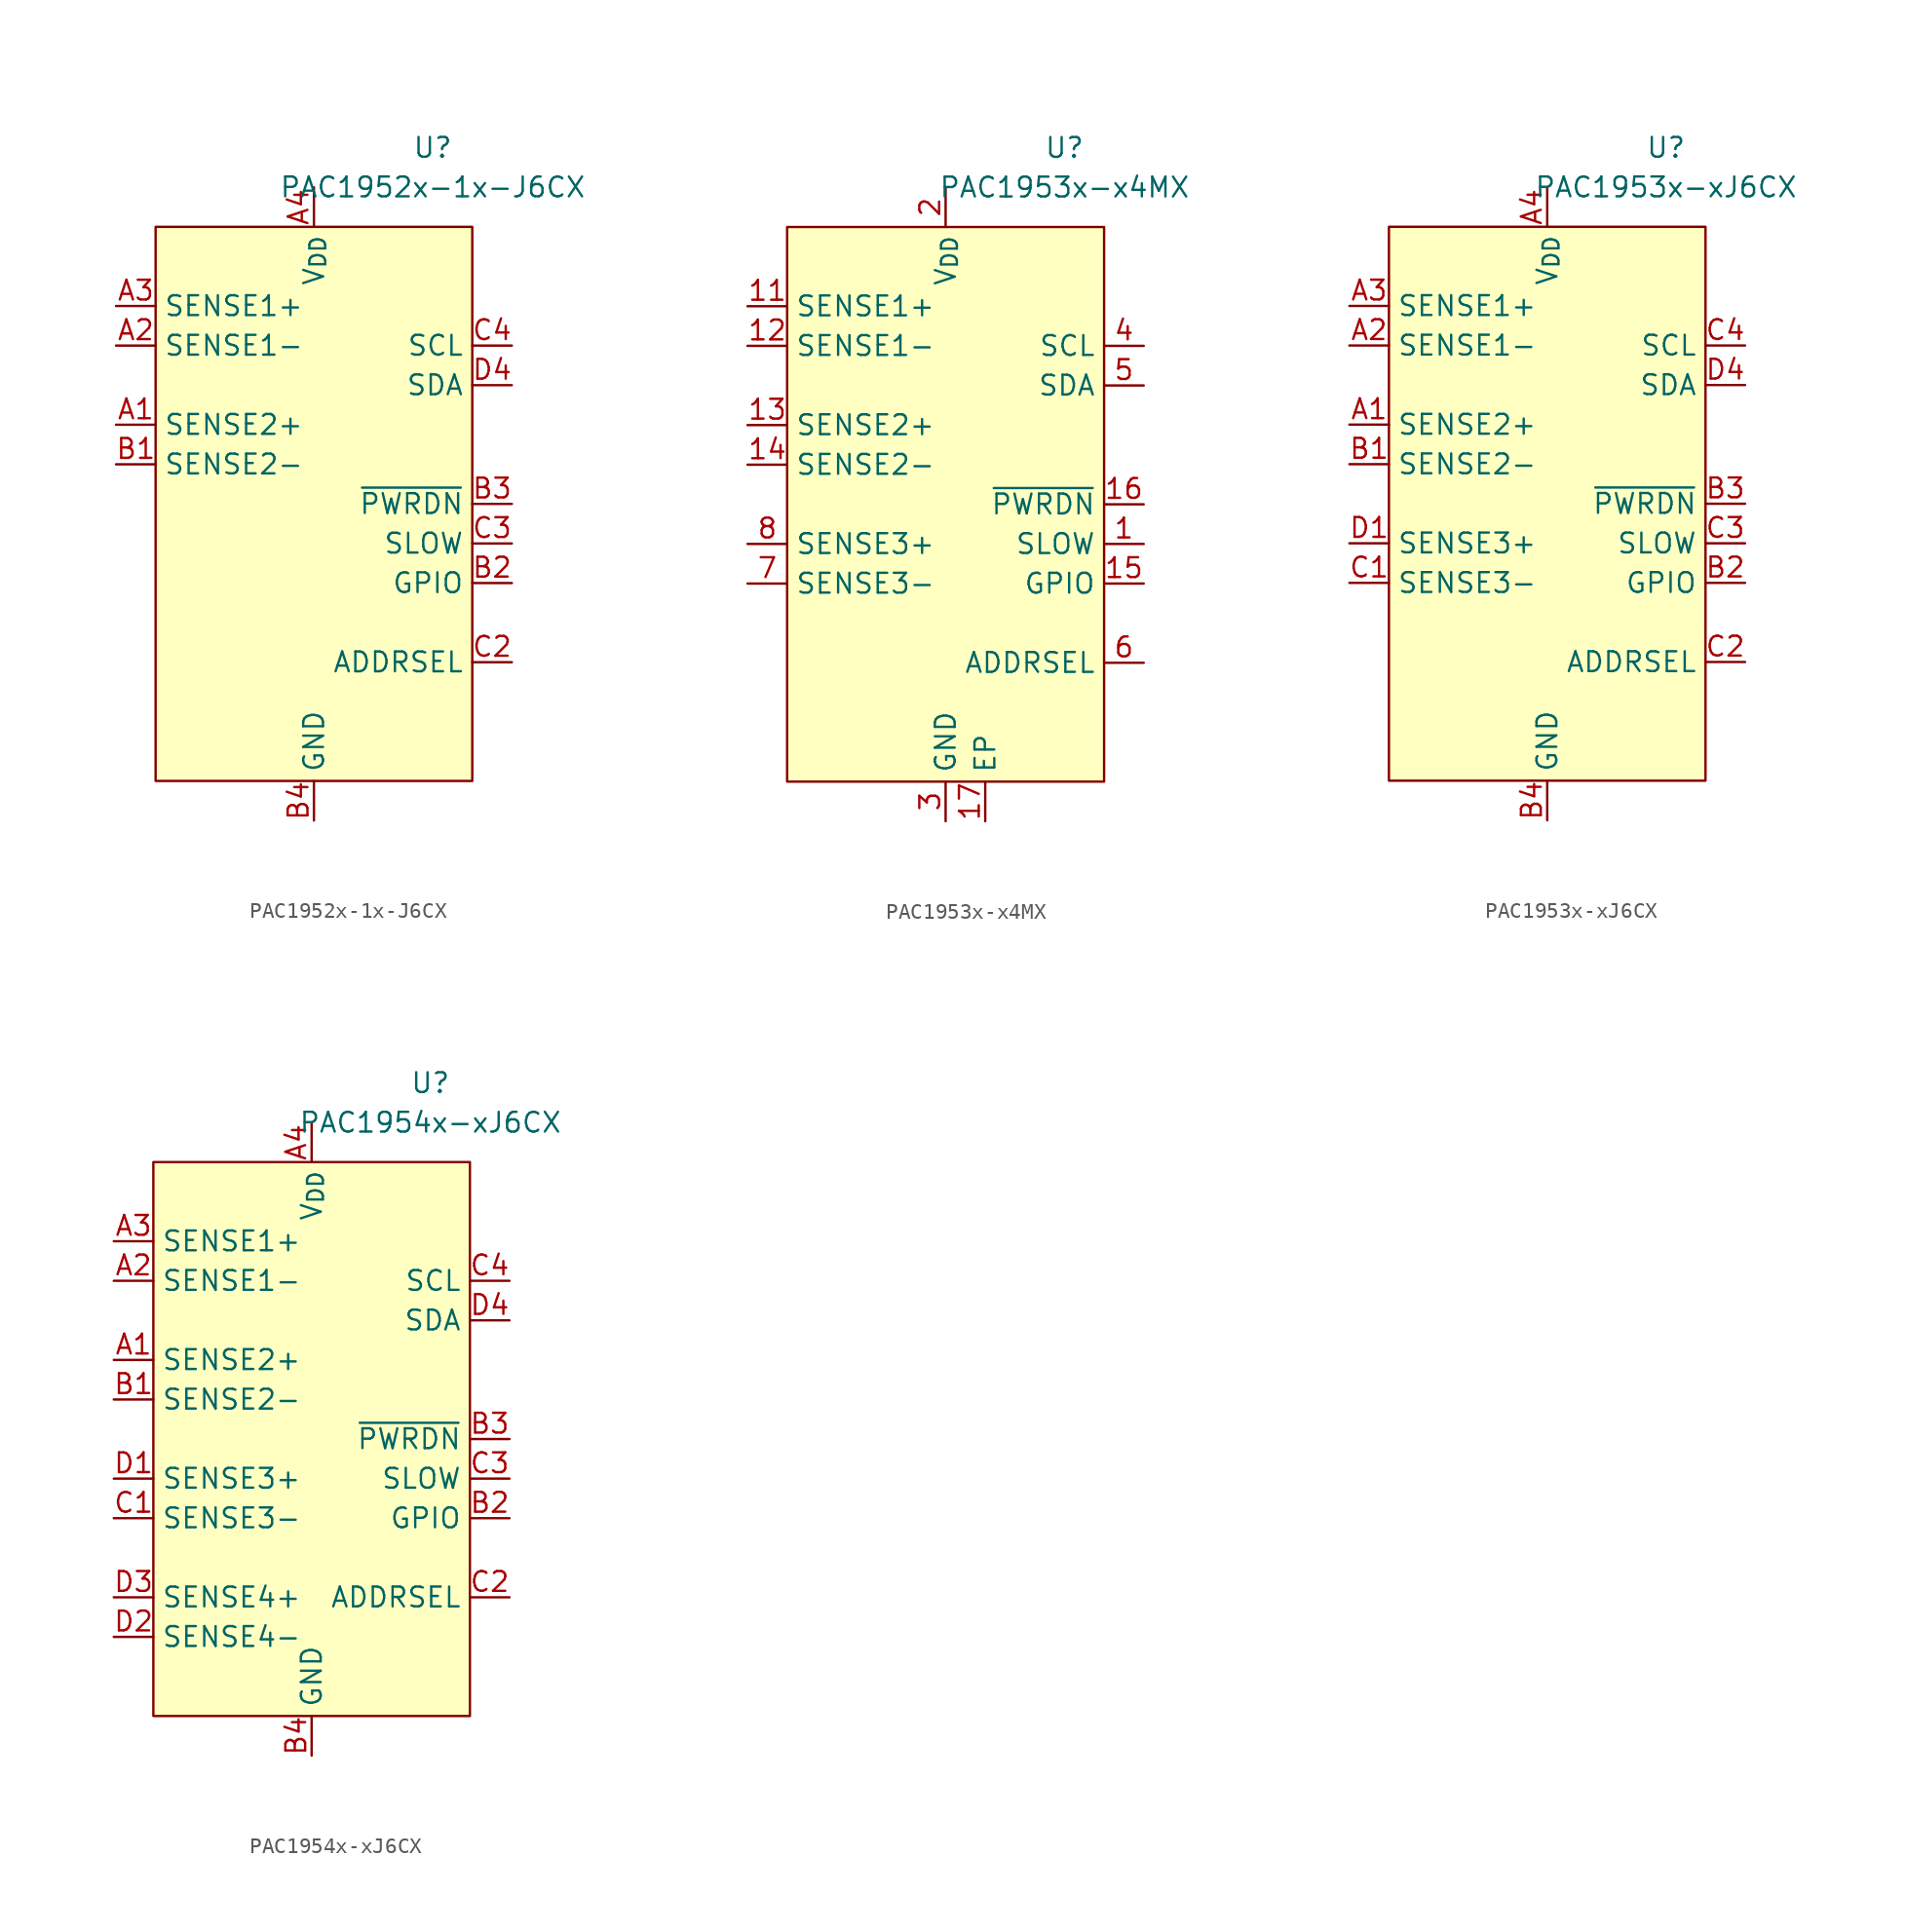
<source format=kicad_sym>
(kicad_symbol_lib
  (version 20241209)
  (generator "kicad_symbol_editor")
  (generator_version "9.0")
  (symbol "PAC1952x-1x-J6CX"
    (property "Reference" "U"
      (at 7.62 22.86 0)
      (effects (font (size 1.27 1.27))))
    (property "Value" "PAC1952x-1x-J6CX"
      (at 7.62 20.32 0)
      (effects (font (size 1.27 1.27))))
    (symbol "PAC1952x-1x-J6CX_0_0"
      (pin input line (at -12.7 12.7 0) (length 2.54) (name "SENSE1+" (effects (font (size 1.27 1.27)))) (number "A3" (effects (font (size 1.27 1.27)))))
      (pin input line (at -12.7 10.16 0) (length 2.54) (name "SENSE1-" (effects (font (size 1.27 1.27)))) (number "A2" (effects (font (size 1.27 1.27)))))
      (pin input line (at -12.7 5.08 0) (length 2.54) (name "SENSE2+" (effects (font (size 1.27 1.27)))) (number "A1" (effects (font (size 1.27 1.27)))))
      (pin input line (at -12.7 2.54 0) (length 2.54) (name "SENSE2-" (effects (font (size 1.27 1.27)))) (number "B1" (effects (font (size 1.27 1.27)))))
      (pin power_in line (at 0 20.32 270) (length 2.54) (name "V_{DD}" (effects (font (size 1.27 1.27)))) (number "A4" (effects (font (size 1.27 1.27)))))
      (pin power_in line (at 0 -20.32 90) (length 2.54) (name "GND" (effects (font (size 1.27 1.27)))) (number "B4" (effects (font (size 1.27 1.27)))))
      (pin passive line (at 0 -20.32 90) (length 2.54) (hide yes) (name "GND" (effects (font (size 1.27 1.27)))) (number "C1" (effects (font (size 1.27 1.27)))))
      (pin passive line (at 0 -20.32 90) (length 2.54) (hide yes) (name "GND" (effects (font (size 1.27 1.27)))) (number "D1" (effects (font (size 1.27 1.27)))))
      (pin passive line (at 0 -20.32 90) (length 2.54) (hide yes) (name "GND" (effects (font (size 1.27 1.27)))) (number "D2" (effects (font (size 1.27 1.27)))))
      (pin passive line (at 0 -20.32 90) (length 2.54) (hide yes) (name "GND" (effects (font (size 1.27 1.27)))) (number "D3" (effects (font (size 1.27 1.27)))))
      (pin input line (at 12.7 10.16 180) (length 2.54) (name "SCL" (effects (font (size 1.27 1.27)))) (number "C4" (effects (font (size 1.27 1.27)))) (alternate "SM_CLK" input line))
      (pin bidirectional line (at 12.7 7.62 180) (length 2.54) (name "SDA" (effects (font (size 1.27 1.27)))) (number "D4" (effects (font (size 1.27 1.27)))) (alternate "SM_DATA" bidirectional line))
      (pin input line (at 12.7 0 180) (length 2.54) (name "~{PWRDN}" (effects (font (size 1.27 1.27)))) (number "B3" (effects (font (size 1.27 1.27)))))
      (pin input line (at 12.7 -2.54 180) (length 2.54) (name "SLOW" (effects (font (size 1.27 1.27)))) (number "C3" (effects (font (size 1.27 1.27)))) (alternate "GPIO" bidirectional line) (alternate "~{ALERT1}" open_collector line))
      (pin bidirectional line (at 12.7 -5.08 180) (length 2.54) (name "GPIO" (effects (font (size 1.27 1.27)))) (number "B2" (effects (font (size 1.27 1.27)))) (alternate "~{ALERT2}" open_collector line))
      (pin passive line (at 12.7 -10.16 180) (length 2.54) (name "ADDRSEL" (effects (font (size 1.27 1.27)))) (number "C2" (effects (font (size 1.27 1.27))))))
    (symbol "PAC1952x-1x-J6CX_0_1"
      (rectangle (start -10.16 17.78) (end 10.16 -17.78) (stroke (width 0) (type default)) (fill (type background)))))
  (symbol "PAC1953x-x4MX"
    (property "Reference" "U"
      (at 7.62 22.86 0)
      (effects (font (size 1.27 1.27))))
    (property "Value" "PAC1953x-x4MX"
      (at 7.62 20.32 0)
      (effects (font (size 1.27 1.27))))
    (symbol "PAC1953x-x4MX_0_0"
      (pin input line (at -12.7 12.7 0) (length 2.54) (name "SENSE1+" (effects (font (size 1.27 1.27)))) (number "11" (effects (font (size 1.27 1.27)))))
      (pin input line (at -12.7 10.16 0) (length 2.54) (name "SENSE1-" (effects (font (size 1.27 1.27)))) (number "12" (effects (font (size 1.27 1.27)))))
      (pin input line (at -12.7 5.08 0) (length 2.54) (name "SENSE2+" (effects (font (size 1.27 1.27)))) (number "13" (effects (font (size 1.27 1.27)))))
      (pin input line (at -12.7 2.54 0) (length 2.54) (name "SENSE2-" (effects (font (size 1.27 1.27)))) (number "14" (effects (font (size 1.27 1.27)))))
      (pin input line (at -12.7 -2.54 0) (length 2.54) (name "SENSE3+" (effects (font (size 1.27 1.27)))) (number "8" (effects (font (size 1.27 1.27)))))
      (pin input line (at -12.7 -5.08 0) (length 2.54) (name "SENSE3-" (effects (font (size 1.27 1.27)))) (number "7" (effects (font (size 1.27 1.27)))))
      (pin power_in line (at 0 20.32 270) (length 2.54) (name "V_{DD}" (effects (font (size 1.27 1.27)))) (number "2" (effects (font (size 1.27 1.27)))))
      (pin passive line (at 0 -20.32 90) (length 2.54) (hide yes) (name "GND" (effects (font (size 1.27 1.27)))) (number "10" (effects (font (size 1.27 1.27)))))
      (pin power_in line (at 0 -20.32 90) (length 2.54) (name "GND" (effects (font (size 1.27 1.27)))) (number "3" (effects (font (size 1.27 1.27)))))
      (pin passive line (at 0 -20.32 90) (length 2.54) (hide yes) (name "GND" (effects (font (size 1.27 1.27)))) (number "9" (effects (font (size 1.27 1.27)))))
      (pin passive line (at 2.54 -20.32 90) (length 2.54) (name "EP" (effects (font (size 1.27 1.27)))) (number "17" (effects (font (size 1.27 1.27)))))
      (pin input line (at 12.7 10.16 180) (length 2.54) (name "SCL" (effects (font (size 1.27 1.27)))) (number "4" (effects (font (size 1.27 1.27)))) (alternate "SM_CLK" input line))
      (pin bidirectional line (at 12.7 7.62 180) (length 2.54) (name "SDA" (effects (font (size 1.27 1.27)))) (number "5" (effects (font (size 1.27 1.27)))) (alternate "SM_DATA" bidirectional line))
      (pin input line (at 12.7 0 180) (length 2.54) (name "~{PWRDN}" (effects (font (size 1.27 1.27)))) (number "16" (effects (font (size 1.27 1.27)))))
      (pin input line (at 12.7 -2.54 180) (length 2.54) (name "SLOW" (effects (font (size 1.27 1.27)))) (number "1" (effects (font (size 1.27 1.27)))) (alternate "GPIO" bidirectional line) (alternate "~{ALERT1}" open_collector line))
      (pin bidirectional line (at 12.7 -5.08 180) (length 2.54) (name "GPIO" (effects (font (size 1.27 1.27)))) (number "15" (effects (font (size 1.27 1.27)))) (alternate "~{ALERT2}" open_collector line))
      (pin passive line (at 12.7 -10.16 180) (length 2.54) (name "ADDRSEL" (effects (font (size 1.27 1.27)))) (number "6" (effects (font (size 1.27 1.27))))))
    (symbol "PAC1953x-x4MX_0_1"
      (rectangle (start -10.16 17.78) (end 10.16 -17.78) (stroke (width 0) (type default)) (fill (type background)))))
  (symbol "PAC1953x-xJ6CX"
    (property "Reference" "U"
      (at 7.62 22.86 0)
      (effects (font (size 1.27 1.27))))
    (property "Value" "PAC1953x-xJ6CX"
      (at 7.62 20.32 0)
      (effects (font (size 1.27 1.27))))
    (symbol "PAC1953x-xJ6CX_0_0"
      (pin input line (at -12.7 12.7 0) (length 2.54) (name "SENSE1+" (effects (font (size 1.27 1.27)))) (number "A3" (effects (font (size 1.27 1.27)))))
      (pin input line (at -12.7 10.16 0) (length 2.54) (name "SENSE1-" (effects (font (size 1.27 1.27)))) (number "A2" (effects (font (size 1.27 1.27)))))
      (pin input line (at -12.7 5.08 0) (length 2.54) (name "SENSE2+" (effects (font (size 1.27 1.27)))) (number "A1" (effects (font (size 1.27 1.27)))))
      (pin input line (at -12.7 2.54 0) (length 2.54) (name "SENSE2-" (effects (font (size 1.27 1.27)))) (number "B1" (effects (font (size 1.27 1.27)))))
      (pin input line (at -12.7 -2.54 0) (length 2.54) (name "SENSE3+" (effects (font (size 1.27 1.27)))) (number "D1" (effects (font (size 1.27 1.27)))))
      (pin input line (at -12.7 -5.08 0) (length 2.54) (name "SENSE3-" (effects (font (size 1.27 1.27)))) (number "C1" (effects (font (size 1.27 1.27)))))
      (pin power_in line (at 0 20.32 270) (length 2.54) (name "V_{DD}" (effects (font (size 1.27 1.27)))) (number "A4" (effects (font (size 1.27 1.27)))))
      (pin power_in line (at 0 -20.32 90) (length 2.54) (name "GND" (effects (font (size 1.27 1.27)))) (number "B4" (effects (font (size 1.27 1.27)))))
      (pin passive line (at 0 -20.32 90) (length 2.54) (hide yes) (name "GND" (effects (font (size 1.27 1.27)))) (number "D2" (effects (font (size 1.27 1.27)))))
      (pin passive line (at 0 -20.32 90) (length 2.54) (hide yes) (name "GND" (effects (font (size 1.27 1.27)))) (number "D3" (effects (font (size 1.27 1.27)))))
      (pin input line (at 12.7 10.16 180) (length 2.54) (name "SCL" (effects (font (size 1.27 1.27)))) (number "C4" (effects (font (size 1.27 1.27)))) (alternate "SM_CLK" input line))
      (pin bidirectional line (at 12.7 7.62 180) (length 2.54) (name "SDA" (effects (font (size 1.27 1.27)))) (number "D4" (effects (font (size 1.27 1.27)))) (alternate "SM_DATA" bidirectional line))
      (pin input line (at 12.7 0 180) (length 2.54) (name "~{PWRDN}" (effects (font (size 1.27 1.27)))) (number "B3" (effects (font (size 1.27 1.27)))))
      (pin input line (at 12.7 -2.54 180) (length 2.54) (name "SLOW" (effects (font (size 1.27 1.27)))) (number "C3" (effects (font (size 1.27 1.27)))) (alternate "GPIO" bidirectional line) (alternate "~{ALERT1}" open_collector line))
      (pin bidirectional line (at 12.7 -5.08 180) (length 2.54) (name "GPIO" (effects (font (size 1.27 1.27)))) (number "B2" (effects (font (size 1.27 1.27)))) (alternate "~{ALERT2}" open_collector line))
      (pin passive line (at 12.7 -10.16 180) (length 2.54) (name "ADDRSEL" (effects (font (size 1.27 1.27)))) (number "C2" (effects (font (size 1.27 1.27))))))
    (symbol "PAC1953x-xJ6CX_0_1"
      (rectangle (start -10.16 17.78) (end 10.16 -17.78) (stroke (width 0) (type default)) (fill (type background)))))
  (symbol "PAC1954x-xJ6CX"
    (property "Reference" "U"
      (at 7.62 22.86 0)
      (effects (font (size 1.27 1.27))))
    (property "Value" "PAC1954x-xJ6CX"
      (at 7.62 20.32 0)
      (effects (font (size 1.27 1.27))))
    (symbol "PAC1954x-xJ6CX_0_0"
      (pin input line (at -12.7 12.7 0) (length 2.54) (name "SENSE1+" (effects (font (size 1.27 1.27)))) (number "A3" (effects (font (size 1.27 1.27)))))
      (pin input line (at -12.7 10.16 0) (length 2.54) (name "SENSE1-" (effects (font (size 1.27 1.27)))) (number "A2" (effects (font (size 1.27 1.27)))))
      (pin input line (at -12.7 5.08 0) (length 2.54) (name "SENSE2+" (effects (font (size 1.27 1.27)))) (number "A1" (effects (font (size 1.27 1.27)))))
      (pin input line (at -12.7 2.54 0) (length 2.54) (name "SENSE2-" (effects (font (size 1.27 1.27)))) (number "B1" (effects (font (size 1.27 1.27)))))
      (pin input line (at -12.7 -2.54 0) (length 2.54) (name "SENSE3+" (effects (font (size 1.27 1.27)))) (number "D1" (effects (font (size 1.27 1.27)))))
      (pin input line (at -12.7 -5.08 0) (length 2.54) (name "SENSE3-" (effects (font (size 1.27 1.27)))) (number "C1" (effects (font (size 1.27 1.27)))))
      (pin input line (at -12.7 -10.16 0) (length 2.54) (name "SENSE4+" (effects (font (size 1.27 1.27)))) (number "D3" (effects (font (size 1.27 1.27)))))
      (pin input line (at -12.7 -12.7 0) (length 2.54) (name "SENSE4-" (effects (font (size 1.27 1.27)))) (number "D2" (effects (font (size 1.27 1.27)))))
      (pin power_in line (at 0 20.32 270) (length 2.54) (name "V_{DD}" (effects (font (size 1.27 1.27)))) (number "A4" (effects (font (size 1.27 1.27)))))
      (pin power_in line (at 0 -20.32 90) (length 2.54) (name "GND" (effects (font (size 1.27 1.27)))) (number "B4" (effects (font (size 1.27 1.27)))))
      (pin input line (at 12.7 10.16 180) (length 2.54) (name "SCL" (effects (font (size 1.27 1.27)))) (number "C4" (effects (font (size 1.27 1.27)))) (alternate "SM_CLK" input line))
      (pin bidirectional line (at 12.7 7.62 180) (length 2.54) (name "SDA" (effects (font (size 1.27 1.27)))) (number "D4" (effects (font (size 1.27 1.27)))) (alternate "SM_DATA" bidirectional line))
      (pin input line (at 12.7 0 180) (length 2.54) (name "~{PWRDN}" (effects (font (size 1.27 1.27)))) (number "B3" (effects (font (size 1.27 1.27)))))
      (pin input line (at 12.7 -2.54 180) (length 2.54) (name "SLOW" (effects (font (size 1.27 1.27)))) (number "C3" (effects (font (size 1.27 1.27)))) (alternate "GPIO" bidirectional line) (alternate "~{ALERT1}" open_collector line))
      (pin bidirectional line (at 12.7 -5.08 180) (length 2.54) (name "GPIO" (effects (font (size 1.27 1.27)))) (number "B2" (effects (font (size 1.27 1.27)))) (alternate "~{ALERT2}" open_collector line))
      (pin passive line (at 12.7 -10.16 180) (length 2.54) (name "ADDRSEL" (effects (font (size 1.27 1.27)))) (number "C2" (effects (font (size 1.27 1.27))))))
    (symbol "PAC1954x-xJ6CX_0_1"
      (rectangle (start -10.16 17.78) (end 10.16 -17.78) (stroke (width 0) (type default)) (fill (type background))))))
</source>
